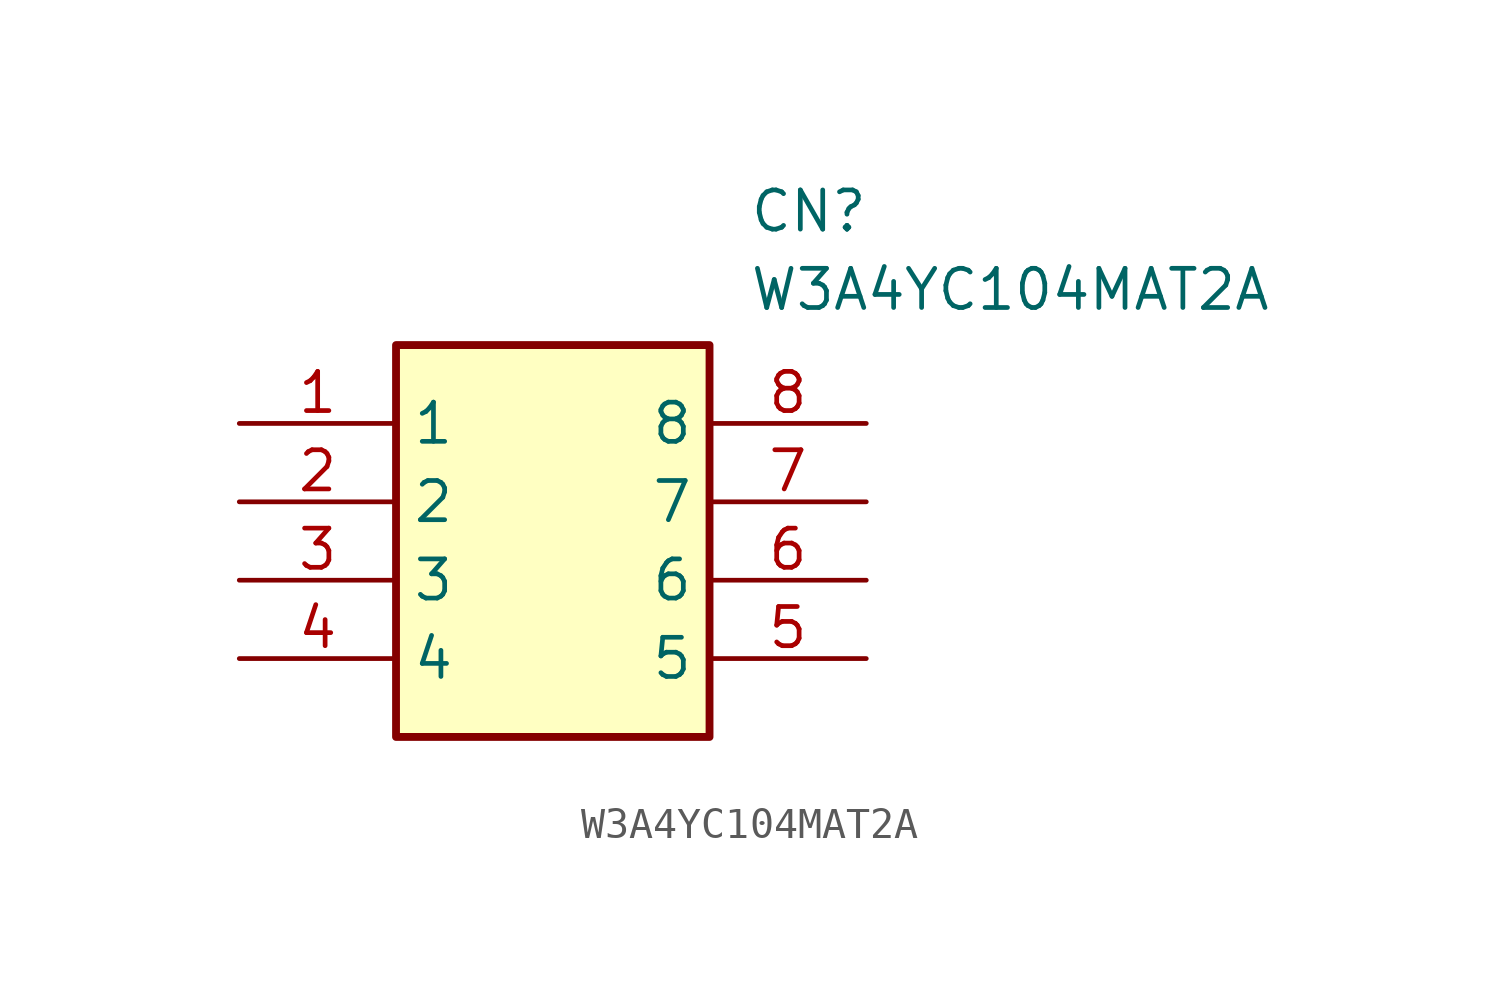
<source format=kicad_sym>
(kicad_symbol_lib
  (version 20211014)
  (generator SamacSys_ECAD_Model)
  (symbol "W3A4YC104MAT2A"
    (property "Reference" "CN"
      (at 16.51 7.62 0)
      (effects (font (size 1.27 1.27)) (justify left top)))
    (property "Value" "W3A4YC104MAT2A"
      (at 16.51 5.08 0)
      (effects (font (size 1.27 1.27)) (justify left top)))
    (rectangle
      (start 5.08 2.54)
      (end 15.24 -10.16)
      (stroke (width 0.254) (type default))
      (fill (type background)))
    (pin passive line
      (at 0 0 0)
      (length 5.08)
      (name "1" (effects (font (size 1.27 1.27))))
      (number "1" (effects (font (size 1.27 1.27)))))
    (pin passive line
      (at 0 -2.54 0)
      (length 5.08)
      (name "2" (effects (font (size 1.27 1.27))))
      (number "2" (effects (font (size 1.27 1.27)))))
    (pin passive line
      (at 0 -5.08 0)
      (length 5.08)
      (name "3" (effects (font (size 1.27 1.27))))
      (number "3" (effects (font (size 1.27 1.27)))))
    (pin passive line
      (at 0 -7.62 0)
      (length 5.08)
      (name "4" (effects (font (size 1.27 1.27))))
      (number "4" (effects (font (size 1.27 1.27)))))
    (pin passive line
      (at 20.32 -7.62 180)
      (length 5.08)
      (name "5" (effects (font (size 1.27 1.27))))
      (number "5" (effects (font (size 1.27 1.27)))))
    (pin passive line
      (at 20.32 -5.08 180)
      (length 5.08)
      (name "6" (effects (font (size 1.27 1.27))))
      (number "6" (effects (font (size 1.27 1.27)))))
    (pin passive line
      (at 20.32 -2.54 180)
      (length 5.08)
      (name "7" (effects (font (size 1.27 1.27))))
      (number "7" (effects (font (size 1.27 1.27)))))
    (pin passive line
      (at 20.32 0 180)
      (length 5.08)
      (name "8" (effects (font (size 1.27 1.27))))
      (number "8" (effects (font (size 1.27 1.27)))))))
</source>
